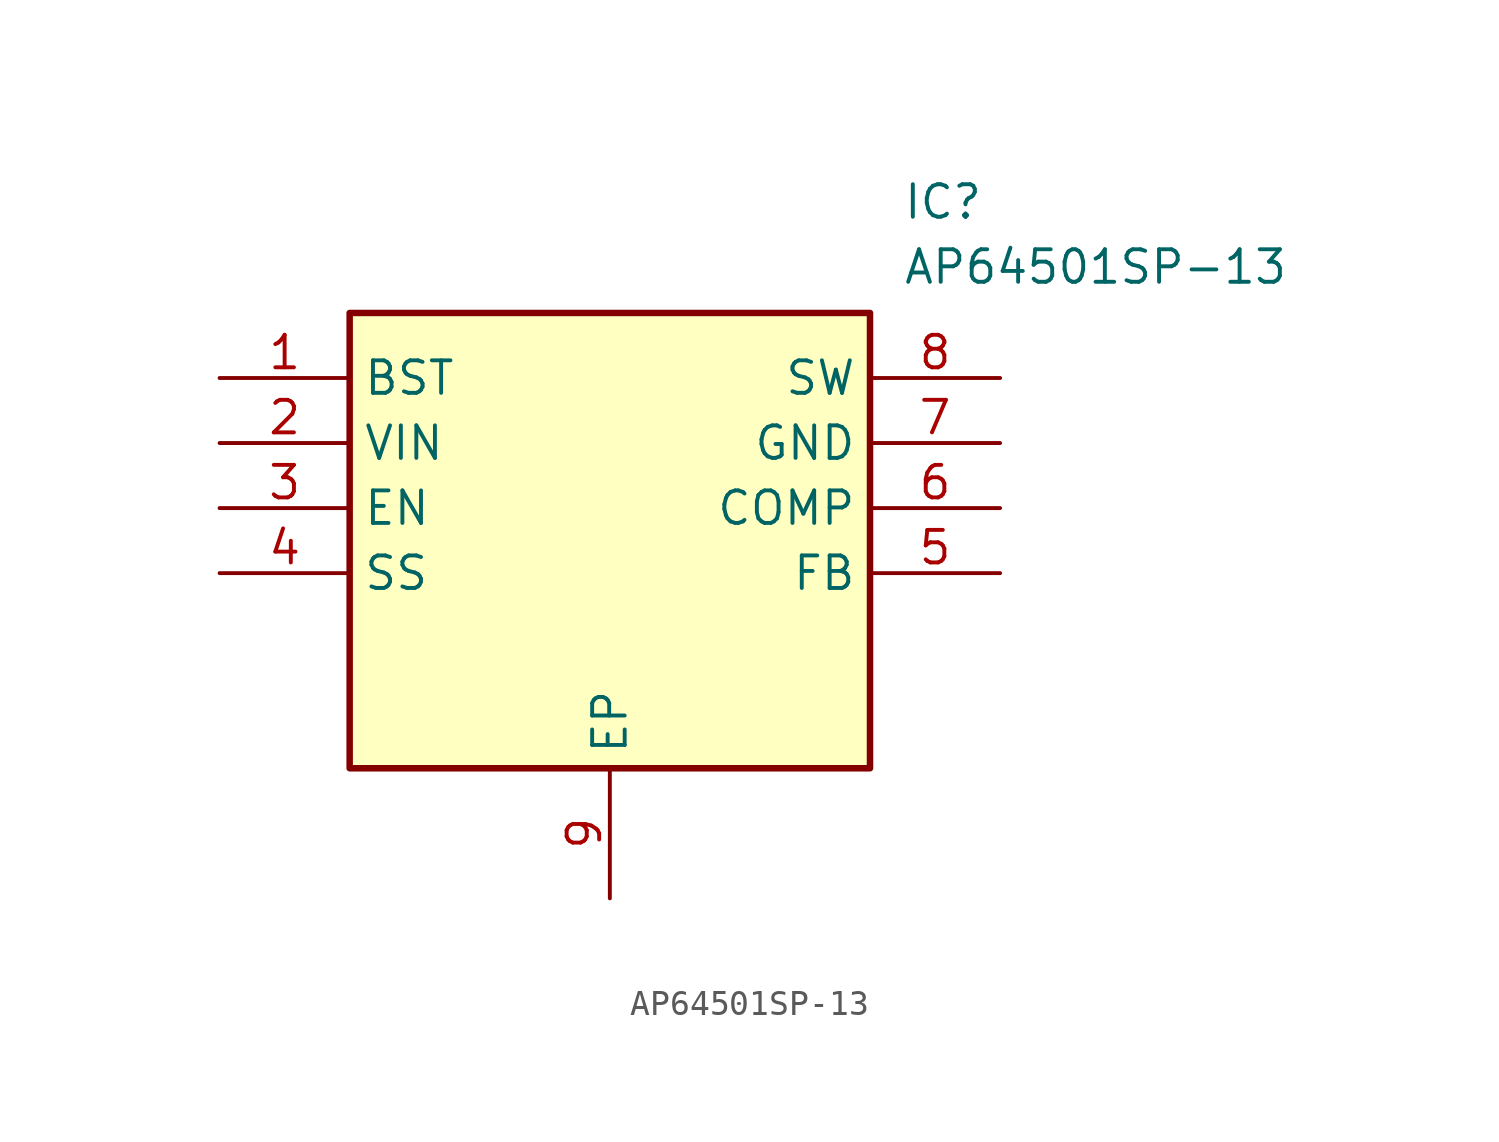
<source format=kicad_sym>
(kicad_symbol_lib
  (version 20220914)
  (generator SamacSys_ECAD_Model)
  (symbol "AP64501SP-13"
    (property "Reference" "IC"
      (at 26.67 7.62 0)
      (effects (font (size 1.27 1.27)) (justify left top)))
    (property "Value" "AP64501SP-13"
      (at 26.67 5.08 0)
      (effects (font (size 1.27 1.27)) (justify left top)))
    (rectangle
      (start 5.08 2.54)
      (end 25.4 -15.24)
      (stroke (width 0.254) (type default))
      (fill (type background)))
    (pin passive line
      (at 0 0 0)
      (length 5.08)
      (name "BST" (effects (font (size 1.27 1.27))))
      (number "1" (effects (font (size 1.27 1.27)))))
    (pin passive line
      (at 0 -2.54 0)
      (length 5.08)
      (name "VIN" (effects (font (size 1.27 1.27))))
      (number "2" (effects (font (size 1.27 1.27)))))
    (pin passive line
      (at 0 -5.08 0)
      (length 5.08)
      (name "EN" (effects (font (size 1.27 1.27))))
      (number "3" (effects (font (size 1.27 1.27)))))
    (pin passive line
      (at 0 -7.62 0)
      (length 5.08)
      (name "SS" (effects (font (size 1.27 1.27))))
      (number "4" (effects (font (size 1.27 1.27)))))
    (pin passive line
      (at 15.24 -20.32 90)
      (length 5.08)
      (name "EP" (effects (font (size 1.27 1.27))))
      (number "9" (effects (font (size 1.27 1.27)))))
    (pin passive line
      (at 30.48 0 180)
      (length 5.08)
      (name "SW" (effects (font (size 1.27 1.27))))
      (number "8" (effects (font (size 1.27 1.27)))))
    (pin passive line
      (at 30.48 -2.54 180)
      (length 5.08)
      (name "GND" (effects (font (size 1.27 1.27))))
      (number "7" (effects (font (size 1.27 1.27)))))
    (pin passive line
      (at 30.48 -5.08 180)
      (length 5.08)
      (name "COMP" (effects (font (size 1.27 1.27))))
      (number "6" (effects (font (size 1.27 1.27)))))
    (pin passive line
      (at 30.48 -7.62 180)
      (length 5.08)
      (name "FB" (effects (font (size 1.27 1.27))))
      (number "5" (effects (font (size 1.27 1.27)))))))
</source>
